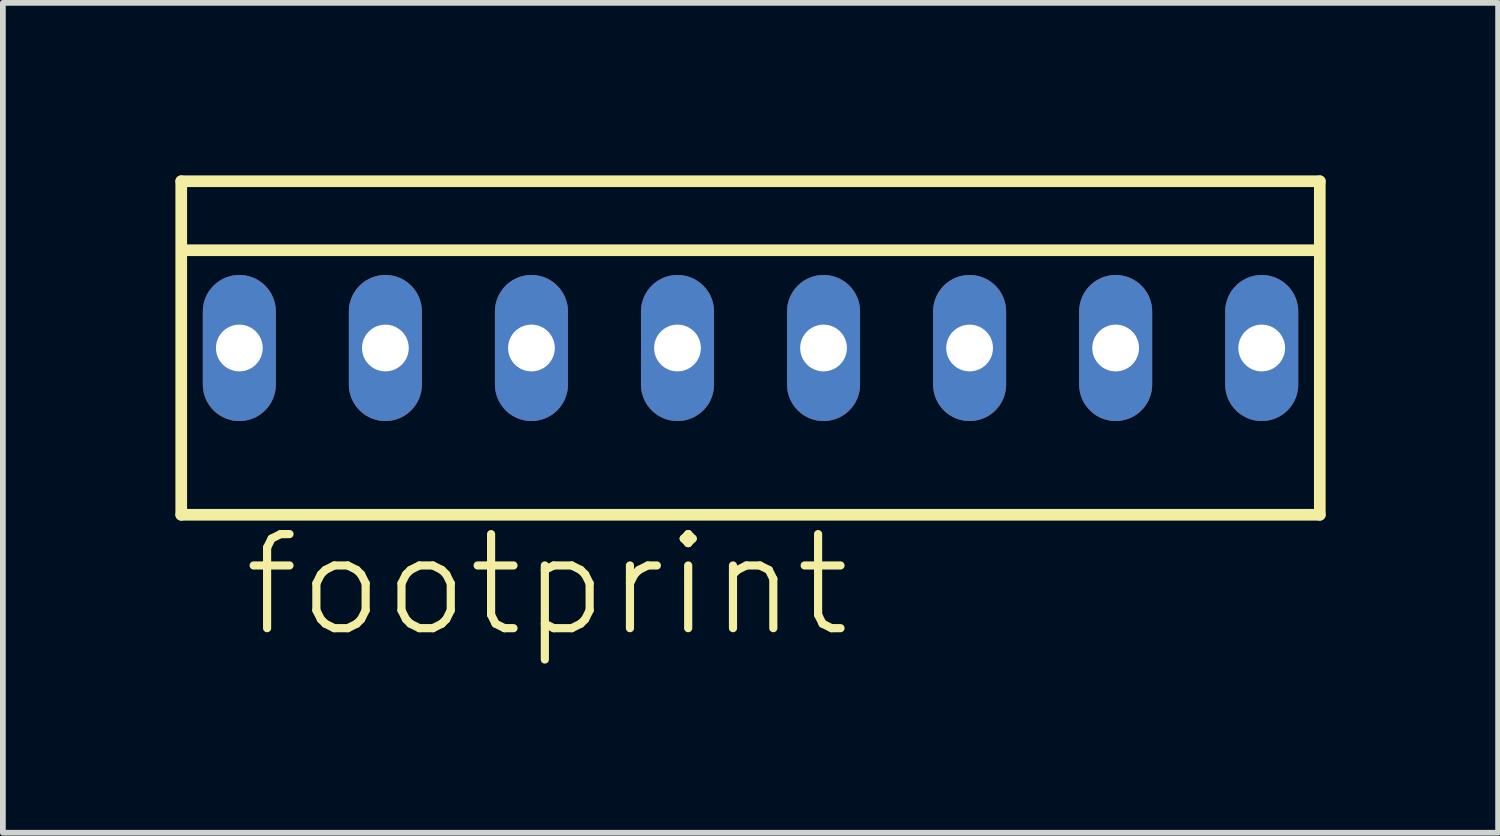
<source format=kicad_pcb>
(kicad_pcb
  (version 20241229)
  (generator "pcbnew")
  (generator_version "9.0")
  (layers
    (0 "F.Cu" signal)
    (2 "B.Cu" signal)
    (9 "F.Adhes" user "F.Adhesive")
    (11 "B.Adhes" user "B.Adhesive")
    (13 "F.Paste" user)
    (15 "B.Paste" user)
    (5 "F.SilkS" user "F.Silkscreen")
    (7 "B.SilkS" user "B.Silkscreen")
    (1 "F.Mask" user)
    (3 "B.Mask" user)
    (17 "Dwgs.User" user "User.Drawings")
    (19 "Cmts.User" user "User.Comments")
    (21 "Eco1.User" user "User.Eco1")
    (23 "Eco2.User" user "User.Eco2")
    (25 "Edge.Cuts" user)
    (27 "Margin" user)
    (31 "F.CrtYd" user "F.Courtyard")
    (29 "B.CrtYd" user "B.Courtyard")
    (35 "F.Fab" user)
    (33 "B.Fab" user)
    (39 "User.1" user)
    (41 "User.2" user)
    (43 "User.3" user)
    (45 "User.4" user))
  (footprint "footprint"
    (layer "F.Cu")
    (at 10.002 3.002)
    (property "Reference" "footprint" (at -8.89 5.08 0) (layer "F.SilkS") (effects (font (size 1.636 1.636) (thickness 0.142)) (justify left bottom)))
    (fp_line (start -9.9 -2.9) (end 9.9 -2.9) (stroke (width 0.203) (type solid)) (layer "F.SilkS"))
    (fp_line (start -9.9 2.9) (end -9.9 -2.9) (stroke (width 0.203) (type solid)) (layer "F.SilkS"))
    (fp_line (start -9.8 -1.7) (end 9.8 -1.7) (stroke (width 0.203) (type solid)) (layer "F.SilkS"))
    (fp_line (start 9.9 -2.9) (end 9.9 2.9) (stroke (width 0.203) (type solid)) (layer "F.SilkS"))
    (fp_line (start 9.9 2.9) (end -9.9 2.9) (stroke (width 0.203) (type solid)) (layer "F.SilkS"))
    (pad "1" thru_hole oval (at -8.89 0 90) (size 2.54 1.27) (drill 0.813) (layers "*.Cu" "*.Mask"))
    (pad "2" thru_hole oval (at -6.35 0 90) (size 2.54 1.27) (drill 0.813) (layers "*.Cu" "*.Mask"))
    (pad "3" thru_hole oval (at -3.81 0 90) (size 2.54 1.27) (drill 0.813) (layers "*.Cu" "*.Mask"))
    (pad "4" thru_hole oval (at -1.27 0 90) (size 2.54 1.27) (drill 0.813) (layers "*.Cu" "*.Mask"))
    (pad "5" thru_hole oval (at 1.27 0 90) (size 2.54 1.27) (drill 0.813) (layers "*.Cu" "*.Mask"))
    (pad "6" thru_hole oval (at 3.81 0 90) (size 2.54 1.27) (drill 0.813) (layers "*.Cu" "*.Mask"))
    (pad "7" thru_hole oval (at 6.35 0 90) (size 2.54 1.27) (drill 0.813) (layers "*.Cu" "*.Mask"))
    (pad "8" thru_hole oval (at 8.89 0 90) (size 2.54 1.27) (drill 0.813) (layers "*.Cu" "*.Mask")))
  (gr_rect
    (start -3 -3)
    (end 23.003 11.432)
    (stroke (width 0.1) (type default))
    (fill no)
    (layer "Edge.Cuts")))
</source>
